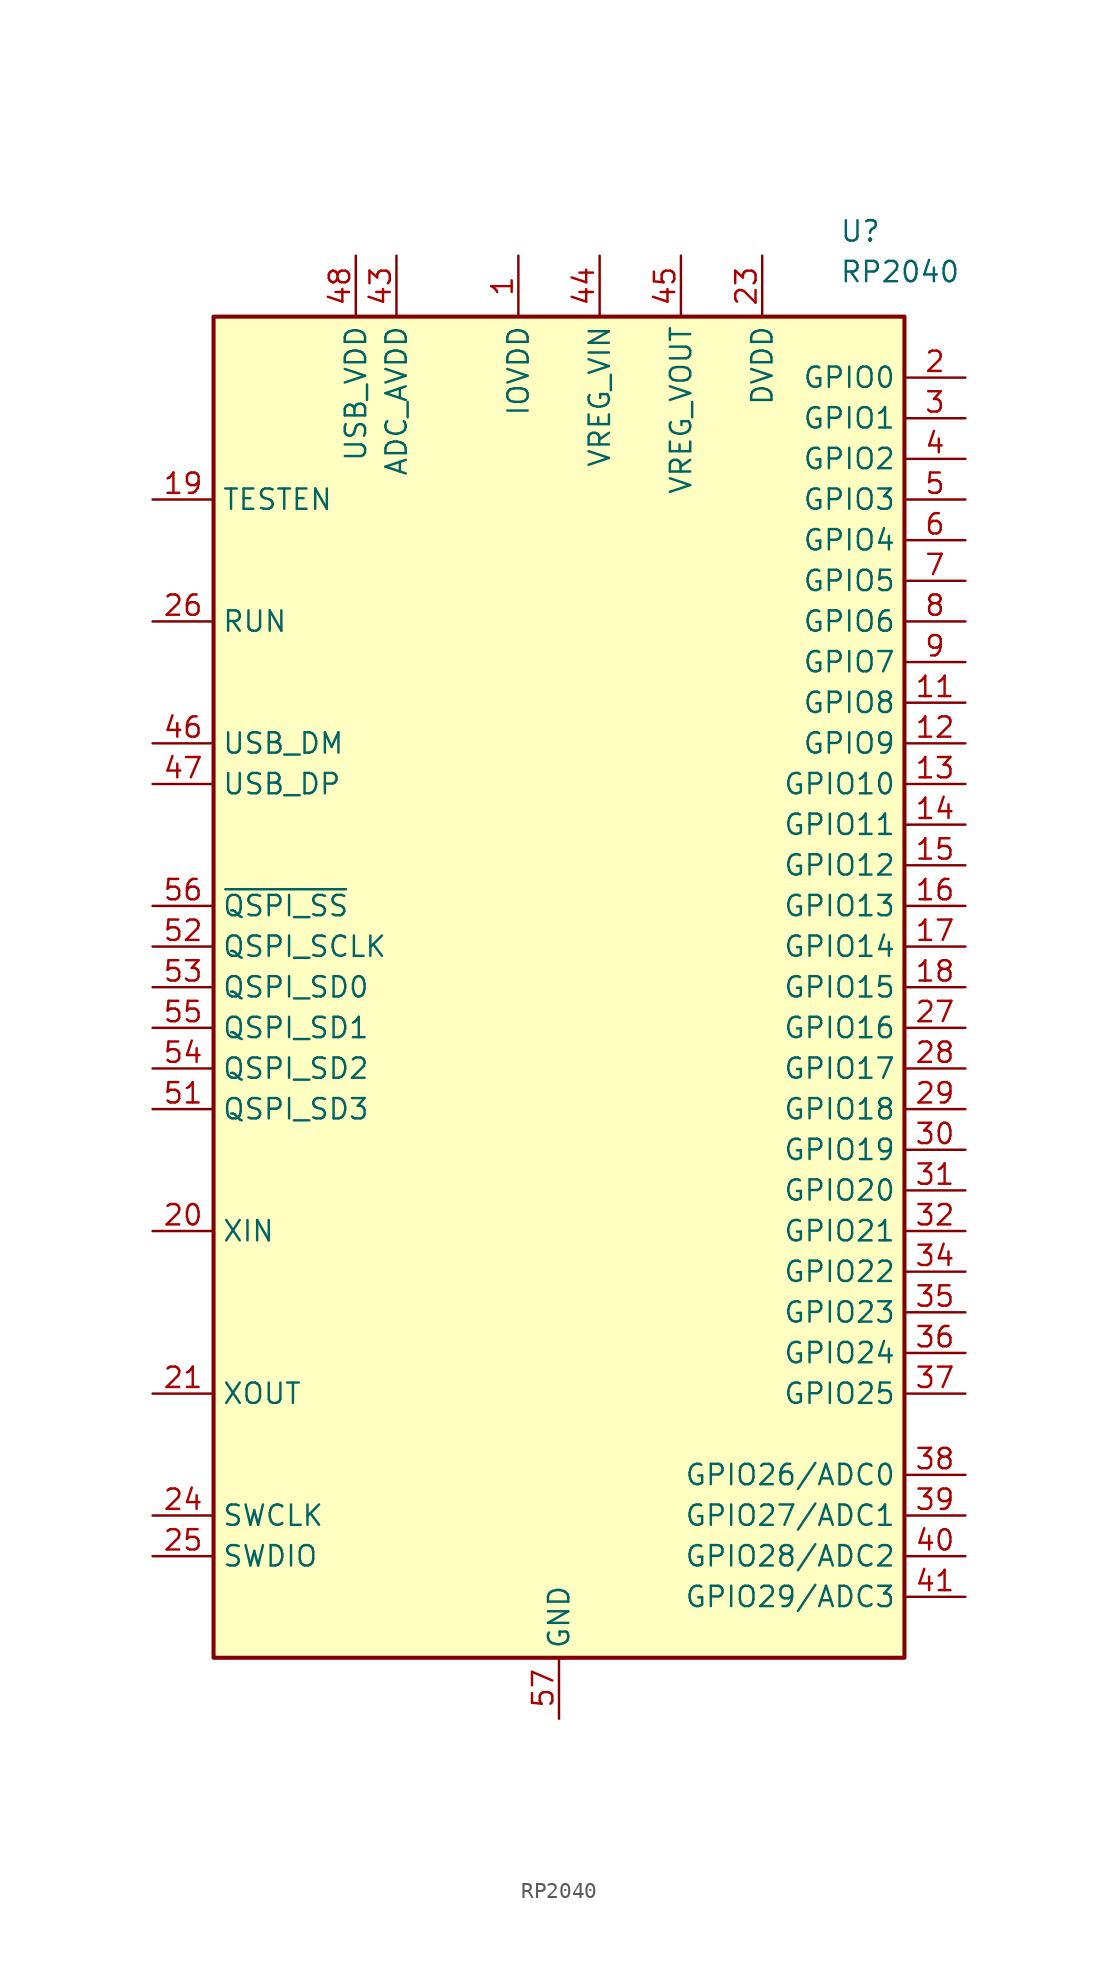
<source format=kicad_sym>
(kicad_symbol_lib
  (version 20241209)
  (generator "kicad_symbol_editor")
  (generator_version "9.0")
  (symbol "RP2040"
    (property "Reference" "U"
      (at 17.526 47.244 0)
      (effects (font (size 1.27 1.27)) (justify left)))
    (property "Value" "RP2040"
      (at 17.526 44.704 0)
      (effects (font (size 1.27 1.27)) (justify left)))
    (symbol "RP2040_0_1"
      (rectangle (start -21.59 41.91) (end 21.59 -41.91) (stroke (width 0.254) (type default)) (fill (type background))))
    (symbol "RP2040_1_1"
      (pin input line (at -25.4 30.48 0) (length 3.81) (name "TESTEN" (effects (font (size 1.27 1.27)))) (number "19" (effects (font (size 1.27 1.27)))))
      (pin input line (at -25.4 22.86 0) (length 3.81) (name "RUN" (effects (font (size 1.27 1.27)))) (number "26" (effects (font (size 1.27 1.27)))))
      (pin bidirectional line (at -25.4 15.24 0) (length 3.81) (name "USB_DM" (effects (font (size 1.27 1.27)))) (number "46" (effects (font (size 1.27 1.27)))))
      (pin bidirectional line (at -25.4 12.7 0) (length 3.81) (name "USB_DP" (effects (font (size 1.27 1.27)))) (number "47" (effects (font (size 1.27 1.27)))))
      (pin output line (at -25.4 5.08 0) (length 3.81) (name "~{QSPI_SS}" (effects (font (size 1.27 1.27)))) (number "56" (effects (font (size 1.27 1.27)))))
      (pin output line (at -25.4 2.54 0) (length 3.81) (name "QSPI_SCLK" (effects (font (size 1.27 1.27)))) (number "52" (effects (font (size 1.27 1.27)))))
      (pin bidirectional line (at -25.4 0 0) (length 3.81) (name "QSPI_SD0" (effects (font (size 1.27 1.27)))) (number "53" (effects (font (size 1.27 1.27)))))
      (pin bidirectional line (at -25.4 -2.54 0) (length 3.81) (name "QSPI_SD1" (effects (font (size 1.27 1.27)))) (number "55" (effects (font (size 1.27 1.27)))))
      (pin bidirectional line (at -25.4 -5.08 0) (length 3.81) (name "QSPI_SD2" (effects (font (size 1.27 1.27)))) (number "54" (effects (font (size 1.27 1.27)))))
      (pin bidirectional line (at -25.4 -7.62 0) (length 3.81) (name "QSPI_SD3" (effects (font (size 1.27 1.27)))) (number "51" (effects (font (size 1.27 1.27)))))
      (pin input line (at -25.4 -15.24 0) (length 3.81) (name "XIN" (effects (font (size 1.27 1.27)))) (number "20" (effects (font (size 1.27 1.27)))))
      (pin output line (at -25.4 -25.4 0) (length 3.81) (name "XOUT" (effects (font (size 1.27 1.27)))) (number "21" (effects (font (size 1.27 1.27)))))
      (pin input line (at -25.4 -33.02 0) (length 3.81) (name "SWCLK" (effects (font (size 1.27 1.27)))) (number "24" (effects (font (size 1.27 1.27)))))
      (pin bidirectional line (at -25.4 -35.56 0) (length 3.81) (name "SWDIO" (effects (font (size 1.27 1.27)))) (number "25" (effects (font (size 1.27 1.27)))))
      (pin power_in line (at -12.7 45.72 270) (length 3.81) (name "USB_VDD" (effects (font (size 1.27 1.27)))) (number "48" (effects (font (size 1.27 1.27)))))
      (pin power_in line (at -10.16 45.72 270) (length 3.81) (name "ADC_AVDD" (effects (font (size 1.27 1.27)))) (number "43" (effects (font (size 1.27 1.27)))))
      (pin power_in line (at -2.54 45.72 270) (length 3.81) (name "IOVDD" (effects (font (size 1.27 1.27)))) (number "1" (effects (font (size 1.27 1.27)))))
      (pin passive line (at -2.54 45.72 270) (length 3.81) (hide yes) (name "IOVDD" (effects (font (size 1.27 1.27)))) (number "10" (effects (font (size 1.27 1.27)))))
      (pin passive line (at -2.54 45.72 270) (length 3.81) (hide yes) (name "IOVDD" (effects (font (size 1.27 1.27)))) (number "22" (effects (font (size 1.27 1.27)))))
      (pin passive line (at -2.54 45.72 270) (length 3.81) (hide yes) (name "IOVDD" (effects (font (size 1.27 1.27)))) (number "33" (effects (font (size 1.27 1.27)))))
      (pin passive line (at -2.54 45.72 270) (length 3.81) (hide yes) (name "IOVDD" (effects (font (size 1.27 1.27)))) (number "42" (effects (font (size 1.27 1.27)))))
      (pin passive line (at -2.54 45.72 270) (length 3.81) (hide yes) (name "IOVDD" (effects (font (size 1.27 1.27)))) (number "49" (effects (font (size 1.27 1.27)))))
      (pin power_in line (at 0 -45.72 90) (length 3.81) (name "GND" (effects (font (size 1.27 1.27)))) (number "57" (effects (font (size 1.27 1.27)))))
      (pin power_in line (at 2.54 45.72 270) (length 3.81) (name "VREG_VIN" (effects (font (size 1.27 1.27)))) (number "44" (effects (font (size 1.27 1.27)))))
      (pin power_out line (at 7.62 45.72 270) (length 3.81) (name "VREG_VOUT" (effects (font (size 1.27 1.27)))) (number "45" (effects (font (size 1.27 1.27)))))
      (pin power_in line (at 12.7 45.72 270) (length 3.81) (name "DVDD" (effects (font (size 1.27 1.27)))) (number "23" (effects (font (size 1.27 1.27)))))
      (pin passive line (at 12.7 45.72 270) (length 3.81) (hide yes) (name "DVDD" (effects (font (size 1.27 1.27)))) (number "50" (effects (font (size 1.27 1.27)))))
      (pin bidirectional line (at 25.4 38.1 180) (length 3.81) (name "GPIO0" (effects (font (size 1.27 1.27)))) (number "2" (effects (font (size 1.27 1.27)))))
      (pin bidirectional line (at 25.4 35.56 180) (length 3.81) (name "GPIO1" (effects (font (size 1.27 1.27)))) (number "3" (effects (font (size 1.27 1.27)))))
      (pin bidirectional line (at 25.4 33.02 180) (length 3.81) (name "GPIO2" (effects (font (size 1.27 1.27)))) (number "4" (effects (font (size 1.27 1.27)))))
      (pin bidirectional line (at 25.4 30.48 180) (length 3.81) (name "GPIO3" (effects (font (size 1.27 1.27)))) (number "5" (effects (font (size 1.27 1.27)))))
      (pin bidirectional line (at 25.4 27.94 180) (length 3.81) (name "GPIO4" (effects (font (size 1.27 1.27)))) (number "6" (effects (font (size 1.27 1.27)))))
      (pin bidirectional line (at 25.4 25.4 180) (length 3.81) (name "GPIO5" (effects (font (size 1.27 1.27)))) (number "7" (effects (font (size 1.27 1.27)))))
      (pin bidirectional line (at 25.4 22.86 180) (length 3.81) (name "GPIO6" (effects (font (size 1.27 1.27)))) (number "8" (effects (font (size 1.27 1.27)))))
      (pin bidirectional line (at 25.4 20.32 180) (length 3.81) (name "GPIO7" (effects (font (size 1.27 1.27)))) (number "9" (effects (font (size 1.27 1.27)))))
      (pin bidirectional line (at 25.4 17.78 180) (length 3.81) (name "GPIO8" (effects (font (size 1.27 1.27)))) (number "11" (effects (font (size 1.27 1.27)))))
      (pin bidirectional line (at 25.4 15.24 180) (length 3.81) (name "GPIO9" (effects (font (size 1.27 1.27)))) (number "12" (effects (font (size 1.27 1.27)))))
      (pin bidirectional line (at 25.4 12.7 180) (length 3.81) (name "GPIO10" (effects (font (size 1.27 1.27)))) (number "13" (effects (font (size 1.27 1.27)))))
      (pin bidirectional line (at 25.4 10.16 180) (length 3.81) (name "GPIO11" (effects (font (size 1.27 1.27)))) (number "14" (effects (font (size 1.27 1.27)))))
      (pin bidirectional line (at 25.4 7.62 180) (length 3.81) (name "GPIO12" (effects (font (size 1.27 1.27)))) (number "15" (effects (font (size 1.27 1.27)))))
      (pin bidirectional line (at 25.4 5.08 180) (length 3.81) (name "GPIO13" (effects (font (size 1.27 1.27)))) (number "16" (effects (font (size 1.27 1.27)))))
      (pin bidirectional line (at 25.4 2.54 180) (length 3.81) (name "GPIO14" (effects (font (size 1.27 1.27)))) (number "17" (effects (font (size 1.27 1.27)))))
      (pin bidirectional line (at 25.4 0 180) (length 3.81) (name "GPIO15" (effects (font (size 1.27 1.27)))) (number "18" (effects (font (size 1.27 1.27)))))
      (pin bidirectional line (at 25.4 -2.54 180) (length 3.81) (name "GPIO16" (effects (font (size 1.27 1.27)))) (number "27" (effects (font (size 1.27 1.27)))))
      (pin bidirectional line (at 25.4 -5.08 180) (length 3.81) (name "GPIO17" (effects (font (size 1.27 1.27)))) (number "28" (effects (font (size 1.27 1.27)))))
      (pin bidirectional line (at 25.4 -7.62 180) (length 3.81) (name "GPIO18" (effects (font (size 1.27 1.27)))) (number "29" (effects (font (size 1.27 1.27)))))
      (pin bidirectional line (at 25.4 -10.16 180) (length 3.81) (name "GPIO19" (effects (font (size 1.27 1.27)))) (number "30" (effects (font (size 1.27 1.27)))))
      (pin bidirectional line (at 25.4 -12.7 180) (length 3.81) (name "GPIO20" (effects (font (size 1.27 1.27)))) (number "31" (effects (font (size 1.27 1.27)))))
      (pin bidirectional line (at 25.4 -15.24 180) (length 3.81) (name "GPIO21" (effects (font (size 1.27 1.27)))) (number "32" (effects (font (size 1.27 1.27)))))
      (pin bidirectional line (at 25.4 -17.78 180) (length 3.81) (name "GPIO22" (effects (font (size 1.27 1.27)))) (number "34" (effects (font (size 1.27 1.27)))))
      (pin bidirectional line (at 25.4 -20.32 180) (length 3.81) (name "GPIO23" (effects (font (size 1.27 1.27)))) (number "35" (effects (font (size 1.27 1.27)))))
      (pin bidirectional line (at 25.4 -22.86 180) (length 3.81) (name "GPIO24" (effects (font (size 1.27 1.27)))) (number "36" (effects (font (size 1.27 1.27)))))
      (pin bidirectional line (at 25.4 -25.4 180) (length 3.81) (name "GPIO25" (effects (font (size 1.27 1.27)))) (number "37" (effects (font (size 1.27 1.27)))))
      (pin bidirectional line (at 25.4 -30.48 180) (length 3.81) (name "GPIO26/ADC0" (effects (font (size 1.27 1.27)))) (number "38" (effects (font (size 1.27 1.27)))))
      (pin bidirectional line (at 25.4 -33.02 180) (length 3.81) (name "GPIO27/ADC1" (effects (font (size 1.27 1.27)))) (number "39" (effects (font (size 1.27 1.27)))))
      (pin bidirectional line (at 25.4 -35.56 180) (length 3.81) (name "GPIO28/ADC2" (effects (font (size 1.27 1.27)))) (number "40" (effects (font (size 1.27 1.27)))))
      (pin bidirectional line (at 25.4 -38.1 180) (length 3.81) (name "GPIO29/ADC3" (effects (font (size 1.27 1.27)))) (number "41" (effects (font (size 1.27 1.27))))))))
</source>
